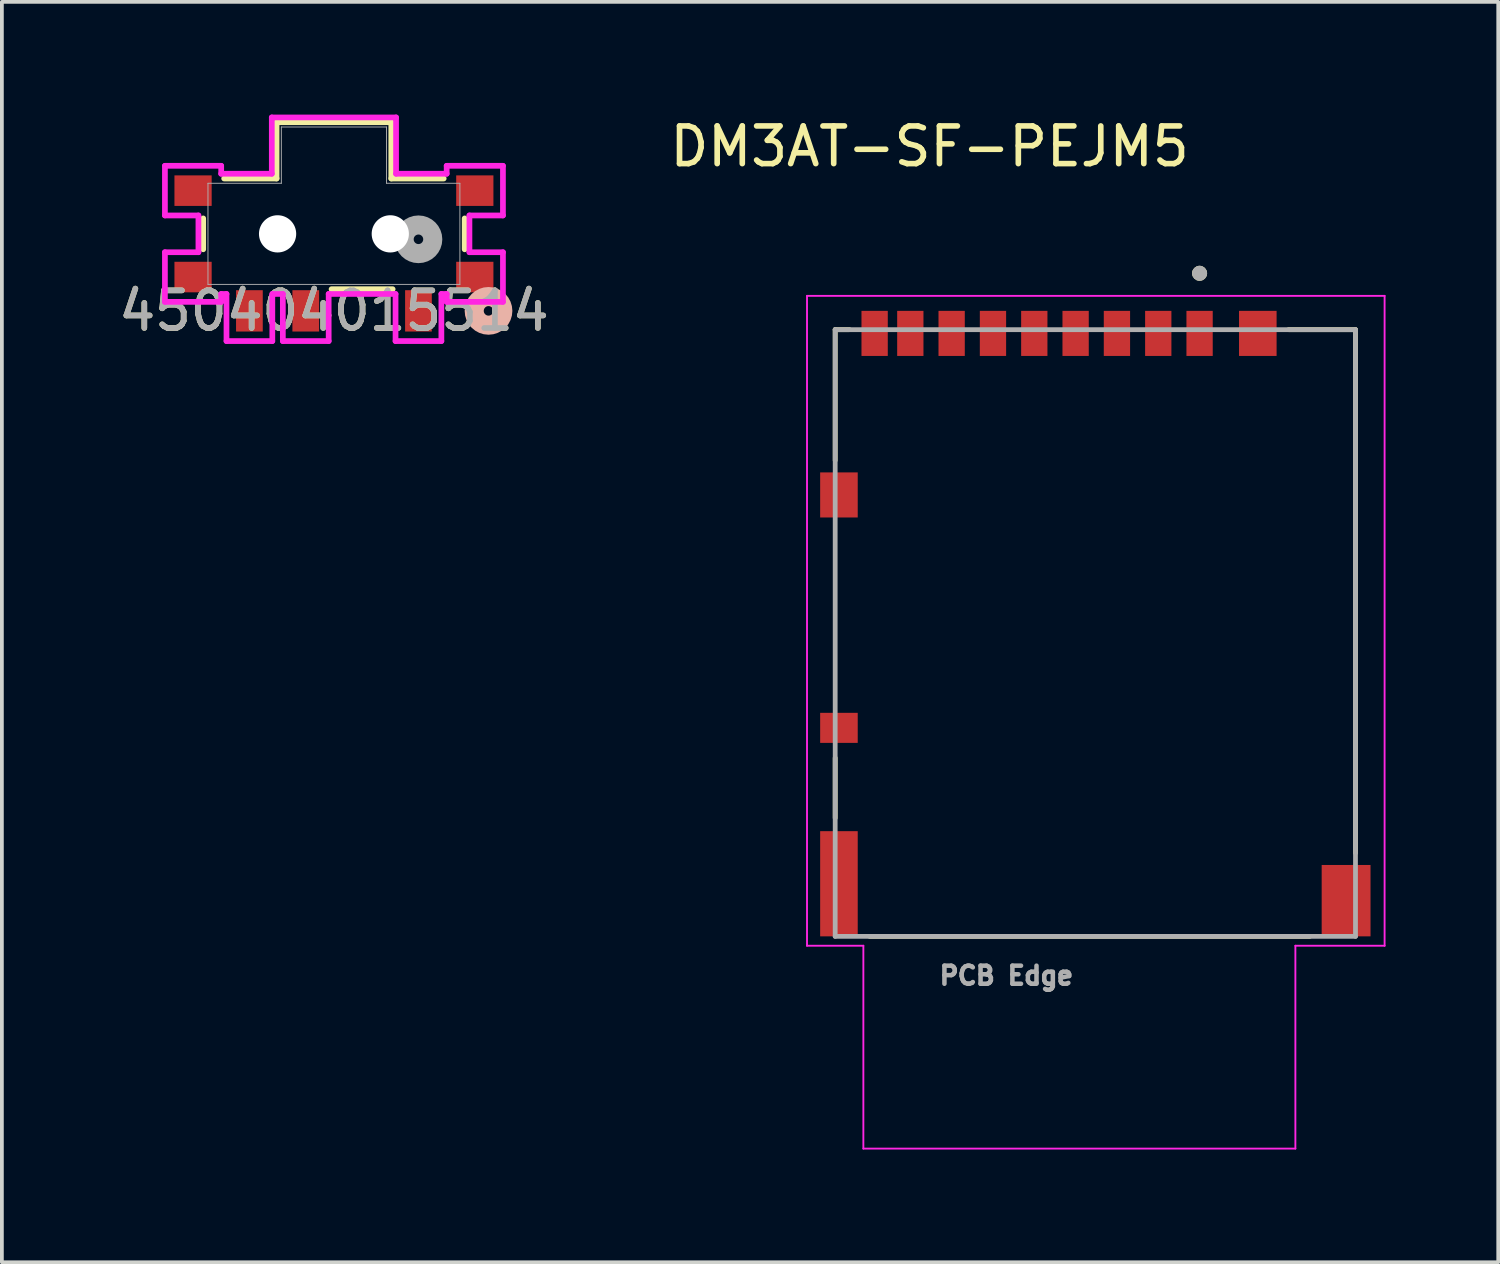
<source format=kicad_pcb>
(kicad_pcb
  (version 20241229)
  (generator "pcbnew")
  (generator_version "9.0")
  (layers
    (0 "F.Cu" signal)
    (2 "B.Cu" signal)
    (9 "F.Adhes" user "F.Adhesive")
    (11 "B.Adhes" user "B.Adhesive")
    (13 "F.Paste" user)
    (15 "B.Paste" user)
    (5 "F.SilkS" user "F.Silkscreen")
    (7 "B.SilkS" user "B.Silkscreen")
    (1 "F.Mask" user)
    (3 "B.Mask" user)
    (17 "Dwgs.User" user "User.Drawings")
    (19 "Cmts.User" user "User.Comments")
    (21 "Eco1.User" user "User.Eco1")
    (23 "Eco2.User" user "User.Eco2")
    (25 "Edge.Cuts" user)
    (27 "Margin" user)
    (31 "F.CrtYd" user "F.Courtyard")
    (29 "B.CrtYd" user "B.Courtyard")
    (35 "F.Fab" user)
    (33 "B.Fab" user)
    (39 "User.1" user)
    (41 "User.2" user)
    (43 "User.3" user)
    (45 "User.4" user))
  (footprint "DM3AT-SF-PEJM5"
    (layer "F.Cu")
    (at 26.107 13.8)
    (property "Reference" "DM3AT-SF-PEJM5" (at -4.412 -12.951 0) (layer "F.SilkS") (effects (font (size 1.002 1.002) (thickness 0.15))))
    (attr smd)
    (fp_line (start -6.925 -8.075) (end -6.545 -8.075) (stroke (width 0.127) (type solid)) (layer "F.SilkS"))
    (fp_line (start -6.925 -4.595) (end -6.925 -8.075) (stroke (width 0.127) (type solid)) (layer "F.SilkS"))
    (fp_line (start -6.925 4.925) (end -6.925 3.325) (stroke (width 0.127) (type solid)) (layer "F.SilkS"))
    (fp_line (start -6.005 8.075) (end 5.705 8.075) (stroke (width 0.127) (type solid)) (layer "F.SilkS"))
    (fp_line (start 5.145 -8.075) (end 6.925 -8.075) (stroke (width 0.127) (type solid)) (layer "F.SilkS"))
    (fp_line (start 6.925 -8.075) (end 6.925 5.855) (stroke (width 0.127) (type solid)) (layer "F.SilkS"))
    (fp_circle (center 2.775 -9.575) (end 2.875 -9.575) (stroke (width 0.2) (type solid)) (fill no) (layer "F.SilkS"))
    (fp_line (start -7.675 -8.975) (end 7.7 -8.975) (stroke (width 0.05) (type solid)) (layer "F.CrtYd"))
    (fp_line (start -7.675 8.325) (end -7.675 -8.975) (stroke (width 0.05) (type solid)) (layer "F.CrtYd"))
    (fp_line (start -6.175 8.325) (end -7.675 8.325) (stroke (width 0.05) (type solid)) (layer "F.CrtYd"))
    (fp_line (start -6.175 13.725) (end -6.175 8.325) (stroke (width 0.05) (type solid)) (layer "F.CrtYd"))
    (fp_line (start 5.325 8.325) (end 5.325 13.725) (stroke (width 0.05) (type solid)) (layer "F.CrtYd"))
    (fp_line (start 5.325 13.725) (end -6.175 13.725) (stroke (width 0.05) (type solid)) (layer "F.CrtYd"))
    (fp_line (start 7.7 -8.975) (end 7.7 8.325) (stroke (width 0.05) (type solid)) (layer "F.CrtYd"))
    (fp_line (start 7.7 8.325) (end 5.325 8.325) (stroke (width 0.05) (type solid)) (layer "F.CrtYd"))
    (fp_line (start -6.925 -8.075) (end 6.925 -8.075) (stroke (width 0.127) (type solid)) (layer "F.Fab"))
    (fp_line (start -6.925 8.075) (end -6.925 -8.075) (stroke (width 0.127) (type solid)) (layer "F.Fab"))
    (fp_line (start 6.925 -8.075) (end 6.925 8.075) (stroke (width 0.127) (type solid)) (layer "F.Fab"))
    (fp_line (start 6.925 8.075) (end -6.925 8.075) (stroke (width 0.127) (type solid)) (layer "F.Fab"))
    (fp_circle (center 2.775 -9.575) (end 2.875 -9.575) (stroke (width 0.2) (type solid)) (fill no) (layer "F.Fab"))
    (fp_text user "PCB Edge" (at -2.368 9.12 0) (layer "F.Fab") (effects (font (size 0.481 0.481) (thickness 0.15))))
    (pad "1" smd rect (at 2.775 -7.975) (size 0.7 1.2) (layers "F.Cu" "F.Mask" "F.Paste"))
    (pad "2" smd rect (at 1.675 -7.975) (size 0.7 1.2) (layers "F.Cu" "F.Mask" "F.Paste"))
    (pad "3" smd rect (at 0.575 -7.975) (size 0.7 1.2) (layers "F.Cu" "F.Mask" "F.Paste"))
    (pad "4" smd rect (at -0.525 -7.975) (size 0.7 1.2) (layers "F.Cu" "F.Mask" "F.Paste"))
    (pad "5" smd rect (at -1.625 -7.975) (size 0.7 1.2) (layers "F.Cu" "F.Mask" "F.Paste"))
    (pad "6" smd rect (at -2.725 -7.975) (size 0.7 1.2) (layers "F.Cu" "F.Mask" "F.Paste"))
    (pad "7" smd rect (at -3.825 -7.975) (size 0.7 1.2) (layers "F.Cu" "F.Mask" "F.Paste"))
    (pad "8" smd rect (at -4.925 -7.975) (size 0.7 1.2) (layers "F.Cu" "F.Mask" "F.Paste"))
    (pad "P1" smd rect (at -6.825 -3.675) (size 1 1.2) (layers "F.Cu" "F.Mask" "F.Paste"))
    (pad "P2" smd rect (at -6.825 6.675) (size 1 2.8) (layers "F.Cu" "F.Mask" "F.Paste"))
    (pad "P3" smd rect (at 6.675 7.125) (size 1.3 1.9) (layers "F.Cu" "F.Mask" "F.Paste"))
    (pad "P4" smd rect (at 4.325 -7.975) (size 1 1.2) (layers "F.Cu" "F.Mask" "F.Paste"))
    (pad "SWA" smd rect (at -6.825 2.525) (size 1 0.8) (layers "F.Cu" "F.Mask" "F.Paste"))
    (pad "SWB" smd rect (at -5.875 -7.975) (size 0.7 1.2) (layers "F.Cu" "F.Mask" "F.Paste"))
    (zone (net_name "") (layer "F.Cu") (hatch full 0.508) (connect_pads) (min_thickness 0.01) (filled_areas_thickness no) (keepout (tracks not_allowed) (vias not_allowed) (pads not_allowed) (copperpour not_allowed) (footprints allowed)) (placement (enabled no)) (fill) (polygon (pts (xy 18.882 6.275) (xy 19.632 6.275) (xy 19.632 9.525) (xy 18.882 9.525))))
    (zone (net_name "") (layer "F.Cu") (hatch full 0.508) (connect_pads) (min_thickness 0.01) (filled_areas_thickness no) (keepout (tracks not_allowed) (vias not_allowed) (pads not_allowed) (copperpour not_allowed) (footprints allowed)) (placement (enabled no)) (fill) (polygon (pts (xy 18.882 10.725) (xy 19.632 10.725) (xy 19.632 14.325) (xy 18.882 14.325))))
    (zone (net_name "") (layer "F.Cu") (hatch full 0.508) (connect_pads) (min_thickness 0.01) (filled_areas_thickness no) (keepout (tracks not_allowed) (vias not_allowed) (pads not_allowed) (copperpour not_allowed) (footprints allowed)) (placement (enabled no)) (fill) (polygon (pts (xy 19.982 12.125) (xy 20.682 12.125) (xy 20.682 19.725) (xy 19.982 19.725))))
    (zone (net_name "") (layer "F.Cu") (hatch full 0.508) (connect_pads) (min_thickness 0.01) (filled_areas_thickness no) (keepout (tracks not_allowed) (vias not_allowed) (pads not_allowed) (copperpour not_allowed) (footprints allowed)) (placement (enabled no)) (fill) (polygon (pts (xy 20.682 10.825) (xy 29.382 10.825) (xy 29.382 12.425) (xy 20.682 12.425))))
    (zone (net_name "") (layer "F.Cu") (hatch full 0.508) (connect_pads) (min_thickness 0.01) (filled_areas_thickness no) (keepout (tracks not_allowed) (vias not_allowed) (pads not_allowed) (copperpour not_allowed) (footprints allowed)) (placement (enabled no)) (fill) (polygon (pts (xy 29.032 20.525) (xy 31.582 20.525) (xy 31.582 21.875) (xy 29.032 21.875)))))
  (footprint "450404015514"
    (layer "F.Cu")
    (at 5.839 3.175)
    (property "Reference" "450404015514" (at 0 2.05 0) (unlocked yes) (layer "F.SilkS") (effects (font (size 1 1) (thickness 0.15))))
    (attr smd)
    (fp_line (start -3.48 -0.411) (end -3.48 0.411) (stroke (width 0.152) (type solid)) (layer "F.SilkS"))
    (fp_line (start -1.527 -2.972) (end -1.527 -1.473) (stroke (width 0.152) (type solid)) (layer "F.SilkS"))
    (fp_line (start -1.527 -1.473) (end -2.922 -1.473) (stroke (width 0.152) (type solid)) (layer "F.SilkS"))
    (fp_line (start -0.063 1.473) (end 1.563 1.473) (stroke (width 0.152) (type solid)) (layer "F.SilkS"))
    (fp_line (start 1.527 -2.972) (end -1.527 -2.972) (stroke (width 0.152) (type solid)) (layer "F.SilkS"))
    (fp_line (start 1.527 -1.473) (end 1.527 -2.972) (stroke (width 0.152) (type solid)) (layer "F.SilkS"))
    (fp_line (start 2.922 -1.473) (end 1.527 -1.473) (stroke (width 0.152) (type solid)) (layer "F.SilkS"))
    (fp_line (start 3.48 0.411) (end 3.48 -0.411) (stroke (width 0.152) (type solid)) (layer "F.SilkS"))
    (fp_circle (center 4.115 2.05) (end 4.496 2.05) (stroke (width 0.508) (type solid)) (fill no) (layer "B.SilkS"))
    (fp_line (start -4.499 0.489) (end -4.499 1.81) (stroke (width 0.152) (type solid)) (layer "F.CrtYd"))
    (fp_line (start -4.499 1.81) (end -3.001 1.81) (stroke (width 0.152) (type solid)) (layer "F.CrtYd"))
    (fp_line (start -4.499 -1.811) (end -4.499 -0.49) (stroke (width 0.152) (type solid)) (layer "F.CrtYd"))
    (fp_line (start -4.499 -0.49) (end -3.607 -0.49) (stroke (width 0.152) (type solid)) (layer "F.CrtYd"))
    (fp_line (start -3.607 -0.49) (end -3.607 0.489) (stroke (width 0.152) (type solid)) (layer "F.CrtYd"))
    (fp_line (start -3.607 0.489) (end -4.499 0.489) (stroke (width 0.152) (type solid)) (layer "F.CrtYd"))
    (fp_line (start -3.001 1.6) (end -2.86 1.6) (stroke (width 0.152) (type solid)) (layer "F.CrtYd"))
    (fp_line (start -3.001 1.81) (end -3.001 1.6) (stroke (width 0.152) (type solid)) (layer "F.CrtYd"))
    (fp_line (start -3.001 -1.811) (end -4.499 -1.811) (stroke (width 0.152) (type solid)) (layer "F.CrtYd"))
    (fp_line (start -3.001 -1.6) (end -3.001 -1.811) (stroke (width 0.152) (type solid)) (layer "F.CrtYd"))
    (fp_line (start -2.86 1.6) (end -2.86 2.854) (stroke (width 0.152) (type solid)) (layer "F.CrtYd"))
    (fp_line (start -2.86 2.854) (end -1.64 2.854) (stroke (width 0.152) (type solid)) (layer "F.CrtYd"))
    (fp_line (start -1.654 -3.099) (end -1.654 -1.6) (stroke (width 0.152) (type solid)) (layer "F.CrtYd"))
    (fp_line (start -1.654 -1.6) (end -3.001 -1.6) (stroke (width 0.152) (type solid)) (layer "F.CrtYd"))
    (fp_line (start -1.64 1.6) (end -1.36 1.6) (stroke (width 0.152) (type solid)) (layer "F.CrtYd"))
    (fp_line (start -1.64 2.854) (end -1.64 1.6) (stroke (width 0.152) (type solid)) (layer "F.CrtYd"))
    (fp_line (start -1.36 1.6) (end -1.36 2.854) (stroke (width 0.152) (type solid)) (layer "F.CrtYd"))
    (fp_line (start -1.36 2.854) (end -0.14 2.854) (stroke (width 0.152) (type solid)) (layer "F.CrtYd"))
    (fp_line (start -0.14 1.6) (end 1.64 1.6) (stroke (width 0.152) (type solid)) (layer "F.CrtYd"))
    (fp_line (start -0.14 2.854) (end -0.14 1.6) (stroke (width 0.152) (type solid)) (layer "F.CrtYd"))
    (fp_line (start 1.64 1.6) (end 1.64 2.854) (stroke (width 0.152) (type solid)) (layer "F.CrtYd"))
    (fp_line (start 1.64 2.854) (end 2.86 2.854) (stroke (width 0.152) (type solid)) (layer "F.CrtYd"))
    (fp_line (start 1.654 -3.099) (end -1.654 -3.099) (stroke (width 0.152) (type solid)) (layer "F.CrtYd"))
    (fp_line (start 1.654 -1.6) (end 1.654 -3.099) (stroke (width 0.152) (type solid)) (layer "F.CrtYd"))
    (fp_line (start 2.86 1.6) (end 3.001 1.6) (stroke (width 0.152) (type solid)) (layer "F.CrtYd"))
    (fp_line (start 2.86 2.854) (end 2.86 1.6) (stroke (width 0.152) (type solid)) (layer "F.CrtYd"))
    (fp_line (start 3.001 -1.811) (end 3.001 -1.6) (stroke (width 0.152) (type solid)) (layer "F.CrtYd"))
    (fp_line (start 3.001 -1.6) (end 1.654 -1.6) (stroke (width 0.152) (type solid)) (layer "F.CrtYd"))
    (fp_line (start 3.001 1.6) (end 3.001 1.81) (stroke (width 0.152) (type solid)) (layer "F.CrtYd"))
    (fp_line (start 3.001 1.81) (end 4.499 1.81) (stroke (width 0.152) (type solid)) (layer "F.CrtYd"))
    (fp_line (start 3.607 -0.49) (end 4.499 -0.49) (stroke (width 0.152) (type solid)) (layer "F.CrtYd"))
    (fp_line (start 3.607 0.489) (end 3.607 -0.49) (stroke (width 0.152) (type solid)) (layer "F.CrtYd"))
    (fp_line (start 4.499 -1.811) (end 3.001 -1.811) (stroke (width 0.152) (type solid)) (layer "F.CrtYd"))
    (fp_line (start 4.499 -0.49) (end 4.499 -1.811) (stroke (width 0.152) (type solid)) (layer "F.CrtYd"))
    (fp_line (start 4.499 0.489) (end 3.607 0.489) (stroke (width 0.152) (type solid)) (layer "F.CrtYd"))
    (fp_line (start 4.499 1.81) (end 4.499 0.489) (stroke (width 0.152) (type solid)) (layer "F.CrtYd"))
    (fp_line (start -3.353 -1.346) (end -3.353 1.346) (stroke (width 0.025) (type solid)) (layer "F.Fab"))
    (fp_line (start -3.353 -1.346) (end -1.4 -1.346) (stroke (width 0.025) (type solid)) (layer "F.Fab"))
    (fp_line (start -3.353 1.346) (end 3.353 1.346) (stroke (width 0.025) (type solid)) (layer "F.Fab"))
    (fp_line (start -1.4 -2.845) (end 1.4 -2.845) (stroke (width 0.025) (type solid)) (layer "F.Fab"))
    (fp_line (start -1.4 -1.346) (end -1.4 -2.845) (stroke (width 0.025) (type solid)) (layer "F.Fab"))
    (fp_line (start 1.4 -2.845) (end 1.4 -1.346) (stroke (width 0.025) (type solid)) (layer "F.Fab"))
    (fp_line (start 1.4 -1.346) (end 3.353 -1.346) (stroke (width 0.025) (type solid)) (layer "F.Fab"))
    (fp_line (start 3.353 1.346) (end 3.353 -1.346) (stroke (width 0.025) (type solid)) (layer "F.Fab"))
    (fp_circle (center 2.25 0.145) (end 2.631 0.145) (stroke (width 0.508) (type solid)) (fill no) (layer "F.Fab"))
    (fp_text user "${REFERENCE}" (at 0 2.05 0) (unlocked yes) (layer "F.Fab") (effects (font (size 1 1) (thickness 0.15))))
    (pad "" np_thru_hole circle (at -1.5 0) (size 0.991 0.991) (drill 0.991) (layers "*.Cu" "*.Mask"))
    (pad "" np_thru_hole circle (at 1.5 0) (size 0.991 0.991) (drill 0.991) (layers "*.Cu" "*.Mask"))
    (pad "1" smd rect (at 2.25 2.05) (size 0.711 1.1) (layers "F.Cu" "F.Mask" "F.Paste"))
    (pad "2" smd rect (at -0.75 2.05) (size 0.711 1.1) (layers "F.Cu" "F.Mask" "F.Paste"))
    (pad "3" smd rect (at -2.25 2.05) (size 0.711 1.1) (layers "F.Cu" "F.Mask" "F.Paste"))
    (pad "4" smd rect (at -3.75 1.15) (size 0.991 0.813) (layers "F.Cu" "F.Mask" "F.Paste"))
    (pad "4" smd rect (at -3.75 -1.15) (size 0.991 0.813) (layers "F.Cu" "F.Mask" "F.Paste"))
    (pad "4" smd rect (at 3.75 -1.15) (size 0.991 0.813) (layers "F.Cu" "F.Mask" "F.Paste"))
    (pad "4" smd rect (at 3.75 1.15) (size 0.991 0.813) (layers "F.Cu" "F.Mask" "F.Paste")))
  (gr_rect
    (start -3 -3)
    (end 36.832 30.55)
    (stroke (width 0.1) (type default))
    (fill no)
    (layer "Edge.Cuts")))
</source>
